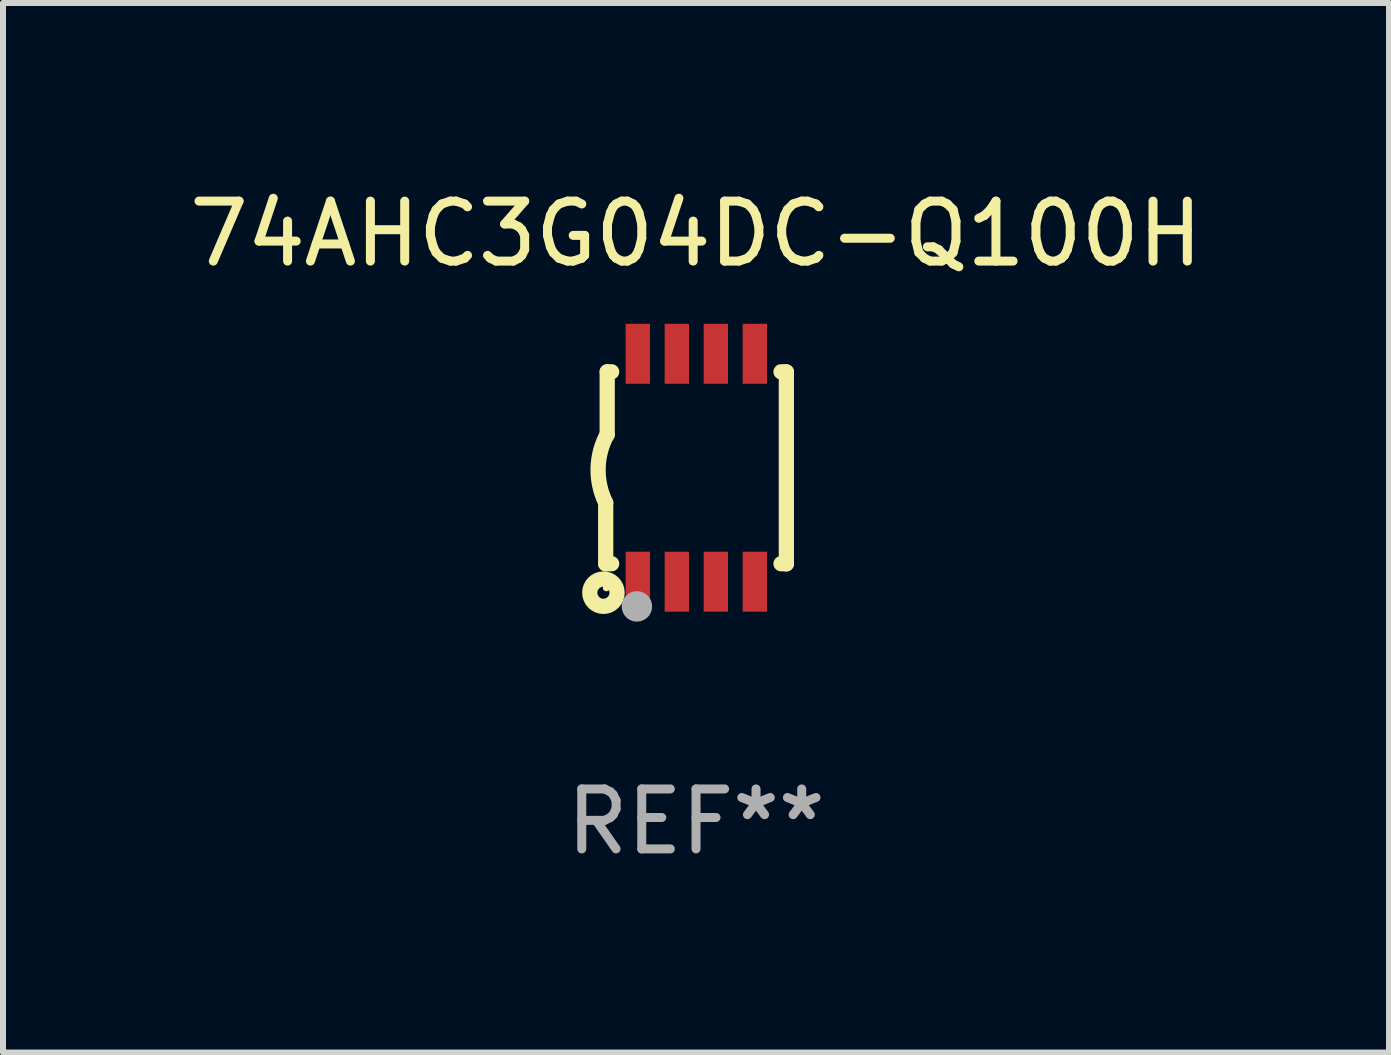
<source format=kicad_pcb>
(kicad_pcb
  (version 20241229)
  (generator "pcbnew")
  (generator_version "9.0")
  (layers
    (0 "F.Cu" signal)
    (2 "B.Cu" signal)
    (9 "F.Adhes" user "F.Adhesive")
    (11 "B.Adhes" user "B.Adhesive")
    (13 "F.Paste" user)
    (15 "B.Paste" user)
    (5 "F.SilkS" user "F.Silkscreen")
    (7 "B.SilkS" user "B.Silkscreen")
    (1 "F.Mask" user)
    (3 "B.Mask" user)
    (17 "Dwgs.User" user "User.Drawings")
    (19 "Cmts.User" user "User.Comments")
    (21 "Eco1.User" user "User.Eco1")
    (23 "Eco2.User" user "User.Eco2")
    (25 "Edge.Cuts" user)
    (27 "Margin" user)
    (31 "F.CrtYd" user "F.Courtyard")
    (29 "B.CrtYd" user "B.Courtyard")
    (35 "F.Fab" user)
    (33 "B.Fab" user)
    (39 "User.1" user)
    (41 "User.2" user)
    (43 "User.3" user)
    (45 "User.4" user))
  (footprint "74AHC3G04DC-Q100H"
    (layer "F.Cu")
    (at 8.554 4.748)
    (property "Reference" "74AHC3G04DC-Q100H" (at 0 -3.9 0) (layer "F.SilkS") (effects (font (size 1 1) (thickness 0.15))))
    (attr through_hole)
    (fp_line (start -1.506 1.6) (end -1.506 0.584) (stroke (width 0.254) (type solid)) (layer "F.SilkS"))
    (fp_line (start -1.506 1.6) (end -1.407 1.6) (stroke (width 0.254) (type solid)) (layer "F.SilkS"))
    (fp_line (start -1.481 -1.599) (end -1.481 -0.549) (stroke (width 0.254) (type solid)) (layer "F.SilkS"))
    (fp_line (start -1.481 -1.599) (end -1.407 -1.599) (stroke (width 0.254) (type solid)) (layer "F.SilkS"))
    (fp_line (start 1.417 -1.599) (end 1.506 -1.599) (stroke (width 0.254) (type solid)) (layer "F.SilkS"))
    (fp_line (start 1.417 1.6) (end 1.506 1.6) (stroke (width 0.254) (type solid)) (layer "F.SilkS"))
    (fp_line (start 1.506 1.603) (end 1.506 -1.595) (stroke (width 0.254) (type solid)) (layer "F.SilkS"))
    (fp_arc (start -1.506223 0.584328) (mid -1.632455 0.00974) (end -1.480823 -0.558674) (stroke (width 0.254001) (type solid)) (layer "F.SilkS"))
    (fp_circle (center -1.544 2.083) (end -1.443 2.083) (stroke (width 0.254) (type solid)) (fill no) (layer "F.SilkS"))
    (fp_circle (center -1.495 2) (end -1.465 2) (stroke (width 0.06) (type solid)) (fill no) (layer "F.SilkS"))
    (fp_circle (center -0.986 2.312) (end -0.859 2.312) (stroke (width 0.254) (type solid)) (fill no) (layer "F.Fab"))
    (fp_text user "REF**" (at 0 5.9 0) (layer "F.Fab") (effects (font (size 1 1) (thickness 0.15))))
    (pad "1" smd rect (at -0.97 1.9 90) (size 1 0.406) (layers "F.Cu" "F.Mask" "F.Paste"))
    (pad "2" smd rect (at -0.32 1.9 90) (size 1 0.406) (layers "F.Cu" "F.Mask" "F.Paste"))
    (pad "3" smd rect (at 0.33 1.9 90) (size 1 0.406) (layers "F.Cu" "F.Mask" "F.Paste"))
    (pad "4" smd rect (at 0.98 1.9 90) (size 1 0.406) (layers "F.Cu" "F.Mask" "F.Paste"))
    (pad "5" smd rect (at 0.98 -1.9 90) (size 1 0.406) (layers "F.Cu" "F.Mask" "F.Paste"))
    (pad "6" smd rect (at 0.33 -1.9 90) (size 1 0.406) (layers "F.Cu" "F.Mask" "F.Paste"))
    (pad "7" smd rect (at -0.32 -1.9 90) (size 1 0.406) (layers "F.Cu" "F.Mask" "F.Paste"))
    (pad "8" smd rect (at -0.97 -1.9 90) (size 1 0.406) (layers "F.Cu" "F.Mask" "F.Paste")))
  (gr_rect
    (start -3 -3)
    (end 20.107 14.497)
    (stroke (width 0.1) (type default))
    (fill no)
    (layer "Edge.Cuts")))
</source>
